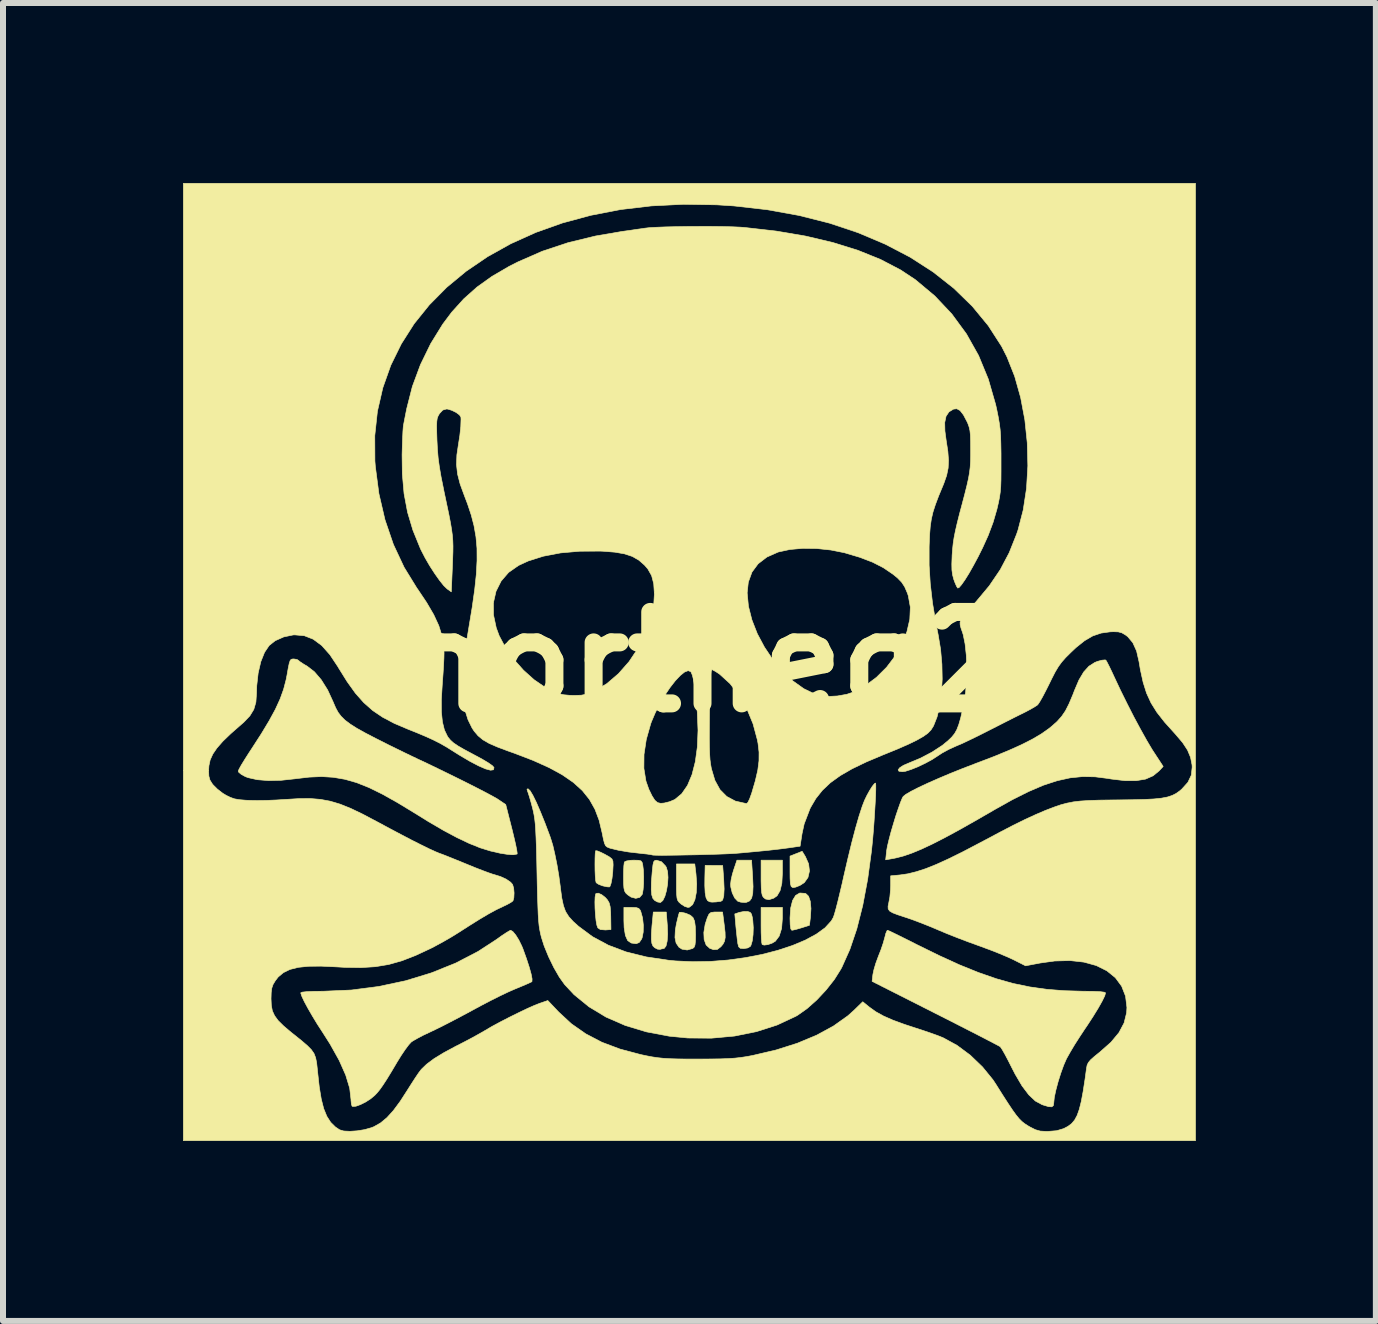
<source format=kicad_pcb>
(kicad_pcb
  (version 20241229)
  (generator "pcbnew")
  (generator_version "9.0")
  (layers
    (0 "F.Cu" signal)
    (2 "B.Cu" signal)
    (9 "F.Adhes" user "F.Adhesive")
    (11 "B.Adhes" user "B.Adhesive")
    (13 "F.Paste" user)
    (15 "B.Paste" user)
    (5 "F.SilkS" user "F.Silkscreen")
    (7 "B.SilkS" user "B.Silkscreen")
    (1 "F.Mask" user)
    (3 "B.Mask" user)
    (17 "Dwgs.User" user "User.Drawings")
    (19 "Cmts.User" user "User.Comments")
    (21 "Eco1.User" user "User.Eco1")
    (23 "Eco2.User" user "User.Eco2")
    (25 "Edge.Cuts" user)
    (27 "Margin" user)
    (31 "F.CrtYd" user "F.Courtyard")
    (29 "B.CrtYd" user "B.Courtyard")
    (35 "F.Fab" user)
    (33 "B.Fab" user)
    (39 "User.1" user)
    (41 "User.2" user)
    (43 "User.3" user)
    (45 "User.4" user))
  (footprint "mortneg2"
    (layer "F.Cu")
    (at 8.438 7.981)
    (property "Reference" "mortneg2" (at 0 0 0) (layer "F.SilkS") (effects (font (size 1.524 1.524) (thickness 0.3))))
    (attr through_hole)
    (fp_poly (pts (xy 1.549 4.268) (xy 1.536 4.439) (xy 1.496 4.567) (xy 1.432 4.652) (xy 1.377 4.685) (xy 1.308 4.709) (xy 1.246 4.717) (xy 1.212 4.708) (xy 1.205 4.677) (xy 1.199 4.606) (xy 1.195 4.506) (xy 1.194 4.39) (xy 1.194 4.089) (xy 1.549 4.089) (xy 1.549 4.268)) (stroke (width 0.01) (type solid)) (fill yes) (layer "F.SilkS"))
    (fp_poly (pts (xy 1.932 3.242) (xy 1.986 3.364) (xy 2 3.483) (xy 1.975 3.591) (xy 1.914 3.676) (xy 1.841 3.723) (xy 1.771 3.751) (xy 1.724 3.759) (xy 1.696 3.742) (xy 1.682 3.692) (xy 1.677 3.604) (xy 1.676 3.496) (xy 1.676 3.234) (xy 1.878 3.154) (xy 1.932 3.242)) (stroke (width 0.01) (type solid)) (fill yes) (layer "F.SilkS"))
    (fp_poly (pts (xy 1.549 3.517) (xy 1.54 3.686) (xy 1.51 3.811) (xy 1.46 3.896) (xy 1.405 3.935) (xy 1.326 3.96) (xy 1.267 3.949) (xy 1.234 3.922) (xy 1.215 3.893) (xy 1.204 3.844) (xy 1.197 3.765) (xy 1.194 3.647) (xy 1.194 3.592) (xy 1.194 3.302) (xy 1.549 3.302) (xy 1.549 3.517)) (stroke (width 0.01) (type solid)) (fill yes) (layer "F.SilkS"))
    (fp_poly (pts (xy 0.554 3.391) (xy 0.571 3.62) (xy 0.578 3.782) (xy 0.572 3.898) (xy 0.553 3.967) (xy 0.524 3.988) (xy 0.476 3.993) (xy 0.445 3.998) (xy 0.376 4.001) (xy 0.339 3.996) (xy 0.302 3.976) (xy 0.277 3.928) (xy 0.262 3.847) (xy 0.256 3.726) (xy 0.257 3.602) (xy 0.262 3.389) (xy 0.554 3.391)) (stroke (width 0.01) (type solid)) (fill yes) (layer "F.SilkS"))
    (fp_poly (pts (xy -0.368 4.395) (xy -0.363 4.536) (xy -0.371 4.651) (xy -0.39 4.732) (xy -0.42 4.772) (xy -0.433 4.775) (xy -0.473 4.783) (xy -0.487 4.788) (xy -0.531 4.785) (xy -0.578 4.761) (xy -0.608 4.732) (xy -0.626 4.689) (xy -0.634 4.624) (xy -0.633 4.528) (xy -0.624 4.393) (xy -0.618 4.337) (xy -0.602 4.166) (xy -0.386 4.166) (xy -0.368 4.395)) (stroke (width 0.01) (type solid)) (fill yes) (layer "F.SilkS"))
    (fp_poly (pts (xy 0.109 3.531) (xy 0.121 3.698) (xy 0.114 3.844) (xy 0.091 3.961) (xy 0.053 4.043) (xy 0.000267 4.085) (xy -0.025 4.089) (xy -0.076 4.074) (xy -0.137 4.035) (xy -0.145 4.028) (xy -0.175 4.001) (xy -0.195 3.973) (xy -0.207 3.934) (xy -0.213 3.874) (xy -0.216 3.783) (xy -0.216 3.666) (xy -0.216 3.365) (xy 0.089 3.365) (xy 0.109 3.531)) (stroke (width 0.01) (type solid)) (fill yes) (layer "F.SilkS"))
    (fp_poly (pts (xy 1.053 3.58) (xy 1.06 3.739) (xy 1.055 3.854) (xy 1.037 3.933) (xy 1.004 3.98) (xy 0.954 4.003) (xy 0.927 4.007) (xy 0.855 4.002) (xy 0.804 3.985) (xy 0.754 3.932) (xy 0.713 3.847) (xy 0.689 3.749) (xy 0.686 3.701) (xy 0.694 3.632) (xy 0.715 3.538) (xy 0.739 3.459) (xy 0.792 3.302) (xy 1.035 3.302) (xy 1.053 3.58)) (stroke (width 0.01) (type solid)) (fill yes) (layer "F.SilkS"))
    (fp_poly (pts (xy 1.925 3.855) (xy 1.939 3.859) (xy 1.985 3.903) (xy 2.014 3.988) (xy 2.025 4.108) (xy 2.016 4.254) (xy 2 4.387) (xy 1.868 4.429) (xy 1.789 4.452) (xy 1.727 4.467) (xy 1.706 4.47) (xy 1.689 4.447) (xy 1.679 4.376) (xy 1.676 4.266) (xy 1.687 4.1) (xy 1.719 3.973) (xy 1.77 3.889) (xy 1.839 3.849) (xy 1.925 3.855)) (stroke (width 0.01) (type solid)) (fill yes) (layer "F.SilkS"))
    (fp_poly (pts (xy -0.887 4.092) (xy -0.844 4.106) (xy -0.819 4.137) (xy -0.81 4.159) (xy -0.781 4.264) (xy -0.768 4.384) (xy -0.77 4.5) (xy -0.788 4.594) (xy -0.798 4.618) (xy -0.837 4.674) (xy -0.888 4.694) (xy -0.967 4.683) (xy -0.972 4.681) (xy -1.029 4.642) (xy -1.067 4.557) (xy -1.088 4.426) (xy -1.092 4.307) (xy -1.092 4.089) (xy -0.965 4.089) (xy -0.887 4.092)) (stroke (width 0.01) (type solid)) (fill yes) (layer "F.SilkS"))
    (fp_poly (pts (xy 0.58 4.382) (xy 0.594 4.504) (xy 0.596 4.59) (xy 0.585 4.652) (xy 0.559 4.702) (xy 0.525 4.743) (xy 0.466 4.789) (xy 0.4 4.793) (xy 0.337 4.77) (xy 0.278 4.715) (xy 0.245 4.624) (xy 0.24 4.507) (xy 0.262 4.371) (xy 0.298 4.261) (xy 0.326 4.201) (xy 0.36 4.173) (xy 0.418 4.166) (xy 0.444 4.166) (xy 0.552 4.166) (xy 0.58 4.382)) (stroke (width 0.01) (type solid)) (fill yes) (layer "F.SilkS"))
    (fp_poly (pts (xy -1.462 3.877) (xy -1.401 3.925) (xy -1.364 3.967) (xy -1.337 4.015) (xy -1.321 4.077) (xy -1.313 4.168) (xy -1.311 4.246) (xy -1.308 4.458) (xy -1.399 4.465) (xy -1.484 4.458) (xy -1.526 4.43) (xy -1.542 4.387) (xy -1.556 4.31) (xy -1.566 4.21) (xy -1.573 4.103) (xy -1.575 4) (xy -1.572 3.917) (xy -1.562 3.866) (xy -1.558 3.859) (xy -1.519 3.852) (xy -1.462 3.877)) (stroke (width 0.01) (type solid)) (fill yes) (layer "F.SilkS"))
    (fp_poly (pts (xy -0.466 3.328) (xy -0.398 3.399) (xy -0.385 3.421) (xy -0.364 3.493) (xy -0.357 3.59) (xy -0.364 3.7) (xy -0.382 3.808) (xy -0.409 3.904) (xy -0.443 3.974) (xy -0.482 4.007) (xy -0.483 4.007) (xy -0.531 3.999) (xy -0.578 3.974) (xy -0.609 3.939) (xy -0.628 3.881) (xy -0.636 3.794) (xy -0.634 3.671) (xy -0.621 3.505) (xy -0.618 3.473) (xy -0.608 3.382) (xy -0.596 3.33) (xy -0.577 3.308) (xy -0.549 3.303) (xy -0.466 3.328)) (stroke (width 0.01) (type solid)) (fill yes) (layer "F.SilkS"))
    (fp_poly (pts (xy 0.972 4.158) (xy 1.011 4.171) (xy 1.034 4.2) (xy 1.049 4.259) (xy 1.056 4.31) (xy 1.064 4.427) (xy 1.06 4.544) (xy 1.047 4.647) (xy 1.025 4.721) (xy 1.014 4.74) (xy 0.969 4.765) (xy 0.903 4.775) (xy 0.902 4.775) (xy 0.847 4.77) (xy 0.82 4.745) (xy 0.805 4.686) (xy 0.805 4.68) (xy 0.795 4.606) (xy 0.784 4.504) (xy 0.773 4.395) (xy 0.773 4.391) (xy 0.756 4.198) (xy 0.831 4.172) (xy 0.908 4.157) (xy 0.972 4.158)) (stroke (width 0.01) (type solid)) (fill yes) (layer "F.SilkS"))
    (fp_poly (pts (xy -0.076 4.183) (xy -0.048 4.192) (xy 0.016 4.22) (xy 0.06 4.259) (xy 0.086 4.319) (xy 0.098 4.41) (xy 0.102 4.542) (xy 0.102 4.547) (xy 0.1 4.651) (xy 0.093 4.715) (xy 0.079 4.752) (xy 0.055 4.773) (xy 0.052 4.774) (xy -0.037 4.799) (xy -0.124 4.785) (xy -0.175 4.752) (xy -0.222 4.683) (xy -0.241 4.591) (xy -0.235 4.468) (xy -0.218 4.369) (xy -0.197 4.278) (xy -0.179 4.208) (xy -0.167 4.172) (xy -0.166 4.171) (xy -0.136 4.17) (xy -0.076 4.183)) (stroke (width 0.01) (type solid)) (fill yes) (layer "F.SilkS"))
    (fp_poly (pts (xy -0.85 3.304) (xy -0.808 3.314) (xy -0.788 3.34) (xy -0.778 3.381) (xy -0.767 3.469) (xy -0.763 3.579) (xy -0.764 3.693) (xy -0.772 3.794) (xy -0.784 3.865) (xy -0.787 3.872) (xy -0.829 3.922) (xy -0.895 3.938) (xy -0.973 3.917) (xy -1.029 3.879) (xy -1.061 3.849) (xy -1.081 3.815) (xy -1.092 3.765) (xy -1.097 3.688) (xy -1.098 3.591) (xy -1.097 3.486) (xy -1.093 3.398) (xy -1.086 3.343) (xy -1.082 3.331) (xy -1.048 3.315) (xy -0.981 3.304) (xy -0.929 3.302) (xy -0.85 3.304)) (stroke (width 0.01) (type solid)) (fill yes) (layer "F.SilkS"))
    (fp_poly (pts (xy -1.533 3.148) (xy -1.475 3.172) (xy -1.409 3.205) (xy -1.333 3.248) (xy -1.291 3.282) (xy -1.275 3.319) (xy -1.272 3.374) (xy -1.272 3.386) (xy -1.278 3.501) (xy -1.29 3.606) (xy -1.306 3.689) (xy -1.324 3.739) (xy -1.333 3.748) (xy -1.373 3.746) (xy -1.437 3.732) (xy -1.448 3.729) (xy -1.512 3.705) (xy -1.553 3.678) (xy -1.555 3.674) (xy -1.563 3.638) (xy -1.569 3.566) (xy -1.573 3.472) (xy -1.574 3.37) (xy -1.573 3.273) (xy -1.57 3.195) (xy -1.564 3.15) (xy -1.561 3.144) (xy -1.533 3.148)) (stroke (width 0.01) (type solid)) (fill yes) (layer "F.SilkS"))
    (fp_poly (pts (xy 3.328 4.481) (xy 3.394 4.512) (xy 3.49 4.559) (xy 3.611 4.619) (xy 3.75 4.689) (xy 3.787 4.708) (xy 4.16 4.891) (xy 4.499 5.046) (xy 4.813 5.173) (xy 5.108 5.276) (xy 5.391 5.356) (xy 5.671 5.414) (xy 5.953 5.454) (xy 6.245 5.477) (xy 6.555 5.486) (xy 6.572 5.486) (xy 6.729 5.488) (xy 6.844 5.493) (xy 6.913 5.502) (xy 6.934 5.513) (xy 6.92 5.563) (xy 6.878 5.649) (xy 6.813 5.765) (xy 6.727 5.905) (xy 6.624 6.063) (xy 6.587 6.117) (xy 6.502 6.246) (xy 6.418 6.377) (xy 6.346 6.498) (xy 6.292 6.594) (xy 6.283 6.61) (xy 6.236 6.718) (xy 6.188 6.851) (xy 6.143 6.994) (xy 6.106 7.133) (xy 6.08 7.254) (xy 6.071 7.342) (xy 6.071 7.344) (xy 6.064 7.391) (xy 6.038 7.412) (xy 5.985 7.409) (xy 5.895 7.382) (xy 5.875 7.375) (xy 5.764 7.315) (xy 5.654 7.211) (xy 5.542 7.063) (xy 5.427 6.867) (xy 5.369 6.754) (xy 5.31 6.637) (xy 5.256 6.535) (xy 5.212 6.458) (xy 5.183 6.415) (xy 5.179 6.41) (xy 5.149 6.393) (xy 5.079 6.356) (xy 4.973 6.301) (xy 4.836 6.23) (xy 4.672 6.146) (xy 4.486 6.051) (xy 4.282 5.947) (xy 4.094 5.852) (xy 3.044 5.321) (xy 3.057 5.207) (xy 3.074 5.127) (xy 3.105 5.022) (xy 3.145 4.913) (xy 3.149 4.902) (xy 3.192 4.793) (xy 3.229 4.684) (xy 3.253 4.597) (xy 3.255 4.591) (xy 3.273 4.521) (xy 3.292 4.478) (xy 3.3 4.47) (xy 3.328 4.481)) (stroke (width 0.01) (type solid)) (fill yes) (layer "F.SilkS"))
    (fp_poly (pts (xy -2.942 4.492) (xy -2.894 4.55) (xy -2.842 4.634) (xy -2.794 4.732) (xy -2.776 4.775) (xy -2.717 4.939) (xy -2.67 5.083) (xy -2.638 5.198) (xy -2.622 5.281) (xy -2.624 5.324) (xy -2.627 5.328) (xy -2.661 5.344) (xy -2.73 5.375) (xy -2.825 5.415) (xy -2.908 5.449) (xy -3.013 5.495) (xy -3.15 5.56) (xy -3.306 5.638) (xy -3.469 5.723) (xy -3.619 5.804) (xy -3.777 5.889) (xy -3.938 5.974) (xy -4.091 6.053) (xy -4.222 6.118) (xy -4.318 6.164) (xy -4.429 6.216) (xy -4.53 6.269) (xy -4.607 6.313) (xy -4.636 6.333) (xy -4.678 6.379) (xy -4.737 6.458) (xy -4.805 6.559) (xy -4.874 6.671) (xy -4.97 6.833) (xy -5.046 6.957) (xy -5.108 7.052) (xy -5.159 7.124) (xy -5.205 7.18) (xy -5.242 7.219) (xy -5.312 7.278) (xy -5.396 7.332) (xy -5.482 7.375) (xy -5.557 7.402) (xy -5.61 7.406) (xy -5.622 7.4) (xy -5.633 7.365) (xy -5.639 7.303) (xy -5.639 7.292) (xy -5.661 7.102) (xy -5.727 6.884) (xy -5.835 6.64) (xy -5.986 6.369) (xy -6.111 6.172) (xy -6.2 6.035) (xy -6.283 5.898) (xy -6.357 5.77) (xy -6.417 5.659) (xy -6.458 5.572) (xy -6.476 5.518) (xy -6.477 5.512) (xy -6.452 5.501) (xy -6.379 5.493) (xy -6.262 5.488) (xy -6.103 5.486) (xy -6.097 5.486) (xy -5.636 5.466) (xy -5.179 5.407) (xy -4.732 5.312) (xy -4.303 5.181) (xy -3.897 5.018) (xy -3.522 4.823) (xy -3.219 4.626) (xy -3.128 4.561) (xy -3.051 4.51) (xy -2.997 4.478) (xy -2.979 4.47) (xy -2.942 4.492)) (stroke (width 0.01) (type solid)) (fill yes) (layer "F.SilkS"))
    (fp_poly (pts (xy 6.939 -0.031) (xy 6.957 -0.001) (xy 6.991 0.065) (xy 7.036 0.158) (xy 7.081 0.255) (xy 7.184 0.474) (xy 7.295 0.698) (xy 7.407 0.918) (xy 7.518 1.124) (xy 7.62 1.307) (xy 7.709 1.457) (xy 7.744 1.511) (xy 7.894 1.74) (xy 7.827 1.813) (xy 7.726 1.896) (xy 7.601 1.951) (xy 7.446 1.977) (xy 7.257 1.977) (xy 7.03 1.95) (xy 6.972 1.94) (xy 6.76 1.913) (xy 6.553 1.909) (xy 6.344 1.93) (xy 6.127 1.978) (xy 5.898 2.053) (xy 5.65 2.159) (xy 5.377 2.296) (xy 5.073 2.466) (xy 5.055 2.477) (xy 4.748 2.654) (xy 4.48 2.805) (xy 4.247 2.931) (xy 4.043 3.035) (xy 3.866 3.118) (xy 3.711 3.182) (xy 3.574 3.23) (xy 3.452 3.262) (xy 3.405 3.272) (xy 3.27 3.296) (xy 3.286 3.144) (xy 3.299 3.07) (xy 3.324 2.965) (xy 3.357 2.839) (xy 3.397 2.703) (xy 3.438 2.567) (xy 3.48 2.443) (xy 3.517 2.339) (xy 3.547 2.267) (xy 3.562 2.241) (xy 3.608 2.204) (xy 3.696 2.153) (xy 3.82 2.09) (xy 3.974 2.018) (xy 4.151 1.94) (xy 4.345 1.858) (xy 4.552 1.775) (xy 4.763 1.694) (xy 4.775 1.689) (xy 5.07 1.577) (xy 5.32 1.474) (xy 5.531 1.379) (xy 5.709 1.289) (xy 5.859 1.201) (xy 5.986 1.112) (xy 6.031 1.076) (xy 6.126 0.992) (xy 6.201 0.908) (xy 6.266 0.813) (xy 6.326 0.695) (xy 6.39 0.543) (xy 6.415 0.477) (xy 6.491 0.299) (xy 6.57 0.166) (xy 6.656 0.071) (xy 6.754 0.008) (xy 6.799 -0.01) (xy 6.872 -0.03) (xy 6.925 -0.035) (xy 6.939 -0.031)) (stroke (width 0.01) (type solid)) (fill yes) (layer "F.SilkS"))
    (fp_poly (pts (xy -6.539 -0.042) (xy -6.517 -0.028) (xy -6.488 -0.004) (xy -6.429 0.035) (xy -6.368 0.071) (xy -6.25 0.162) (xy -6.135 0.296) (xy -6.028 0.467) (xy -5.936 0.667) (xy -5.93 0.682) (xy -5.894 0.765) (xy -5.854 0.839) (xy -5.804 0.905) (xy -5.739 0.969) (xy -5.653 1.034) (xy -5.543 1.104) (xy -5.401 1.183) (xy -5.224 1.275) (xy -5.01 1.383) (xy -4.877 1.448) (xy -4.746 1.512) (xy -4.63 1.568) (xy -4.543 1.609) (xy -4.534 1.614) (xy -4.373 1.689) (xy -4.199 1.773) (xy -4.018 1.861) (xy -3.837 1.95) (xy -3.665 2.036) (xy -3.508 2.116) (xy -3.373 2.186) (xy -3.268 2.243) (xy -3.199 2.282) (xy -3.188 2.29) (xy -3.061 2.375) (xy -2.956 2.788) (xy -2.923 2.924) (xy -2.896 3.041) (xy -2.878 3.131) (xy -2.87 3.187) (xy -2.872 3.2) (xy -2.912 3.207) (xy -2.925 3.211) (xy -2.965 3.211) (xy -3.04 3.204) (xy -3.135 3.189) (xy -3.15 3.187) (xy -3.316 3.149) (xy -3.487 3.096) (xy -3.671 3.022) (xy -3.871 2.927) (xy -4.094 2.808) (xy -4.346 2.661) (xy -4.588 2.511) (xy -4.868 2.341) (xy -5.116 2.202) (xy -5.34 2.092) (xy -5.546 2.01) (xy -5.742 1.954) (xy -5.934 1.921) (xy -6.129 1.909) (xy -6.335 1.918) (xy -6.557 1.944) (xy -6.571 1.946) (xy -6.802 1.971) (xy -7.015 1.976) (xy -7.201 1.961) (xy -7.353 1.927) (xy -7.399 1.91) (xy -7.467 1.873) (xy -7.51 1.837) (xy -7.518 1.819) (xy -7.505 1.786) (xy -7.468 1.719) (xy -7.411 1.626) (xy -7.341 1.516) (xy -7.293 1.443) (xy -7.133 1.195) (xy -7.003 0.979) (xy -6.899 0.788) (xy -6.82 0.615) (xy -6.762 0.454) (xy -6.721 0.297) (xy -6.706 0.221) (xy -6.685 0.101) (xy -6.669 0.024) (xy -6.654 -0.022) (xy -6.637 -0.044) (xy -6.613 -0.05) (xy -6.592 -0.051) (xy -6.539 -0.042)) (stroke (width 0.01) (type solid)) (fill yes) (layer "F.SilkS"))
    (fp_poly (pts (xy 3.105 2.047) (xy 3.105 2.119) (xy 3.102 2.226) (xy 3.095 2.358) (xy 3.086 2.507) (xy 3.076 2.666) (xy 3.064 2.825) (xy 3.051 2.977) (xy 3.037 3.114) (xy 3.035 3.137) (xy 2.97 3.619) (xy 2.888 4.055) (xy 2.789 4.446) (xy 2.673 4.789) (xy 2.541 5.084) (xy 2.523 5.118) (xy 2.415 5.29) (xy 2.278 5.464) (xy 2.123 5.63) (xy 1.961 5.774) (xy 1.804 5.885) (xy 1.773 5.903) (xy 1.46 6.049) (xy 1.117 6.159) (xy 0.749 6.233) (xy 0.365 6.268) (xy -0.029 6.265) (xy -0.335 6.235) (xy -0.716 6.163) (xy -1.068 6.057) (xy -1.389 5.917) (xy -1.674 5.745) (xy -1.923 5.542) (xy -2.078 5.376) (xy -2.168 5.25) (xy -2.26 5.09) (xy -2.347 4.911) (xy -2.421 4.73) (xy -2.467 4.585) (xy -2.482 4.524) (xy -2.494 4.463) (xy -2.505 4.394) (xy -2.513 4.311) (xy -2.52 4.208) (xy -2.525 4.078) (xy -2.531 3.915) (xy -2.536 3.712) (xy -2.54 3.518) (xy -2.545 3.279) (xy -2.55 3.084) (xy -2.556 2.927) (xy -2.562 2.801) (xy -2.569 2.7) (xy -2.578 2.618) (xy -2.589 2.548) (xy -2.602 2.484) (xy -2.613 2.438) (xy -2.641 2.333) (xy -2.668 2.24) (xy -2.689 2.175) (xy -2.694 2.163) (xy -2.707 2.12) (xy -2.692 2.113) (xy -2.687 2.114) (xy -2.654 2.146) (xy -2.608 2.223) (xy -2.55 2.341) (xy -2.483 2.496) (xy -2.407 2.684) (xy -2.325 2.902) (xy -2.31 2.946) (xy -2.276 3.057) (xy -2.242 3.205) (xy -2.207 3.378) (xy -2.176 3.563) (xy -2.151 3.748) (xy -2.149 3.768) (xy -2.127 3.933) (xy -2.1 4.059) (xy -2.064 4.158) (xy -2.011 4.242) (xy -1.937 4.324) (xy -1.848 4.404) (xy -1.615 4.577) (xy -1.351 4.719) (xy -1.054 4.831) (xy -0.719 4.914) (xy -0.345 4.97) (xy -0.231 4.981) (xy 0.057 4.994) (xy 0.35 4.989) (xy 0.644 4.966) (xy 0.933 4.926) (xy 1.212 4.872) (xy 1.474 4.804) (xy 1.716 4.724) (xy 1.931 4.634) (xy 2.114 4.535) (xy 2.26 4.429) (xy 2.363 4.316) (xy 2.397 4.258) (xy 2.414 4.209) (xy 2.44 4.118) (xy 2.472 3.995) (xy 2.508 3.846) (xy 2.547 3.682) (xy 2.566 3.595) (xy 2.637 3.289) (xy 2.704 3.013) (xy 2.768 2.77) (xy 2.827 2.565) (xy 2.88 2.403) (xy 2.918 2.305) (xy 2.958 2.222) (xy 3.003 2.141) (xy 3.046 2.073) (xy 3.082 2.028) (xy 3.101 2.017) (xy 3.105 2.047)) (stroke (width 0.01) (type solid)) (fill yes) (layer "F.SilkS"))
    (fp_poly (pts (xy 0.364 -7.258) (xy 0.548 -7.256) (xy 0.712 -7.252) (xy 0.847 -7.246) (xy 0.914 -7.241) (xy 1.443 -7.181) (xy 1.937 -7.097) (xy 2.393 -6.989) (xy 2.81 -6.859) (xy 3.186 -6.707) (xy 3.519 -6.533) (xy 3.764 -6.371) (xy 4.088 -6.1) (xy 4.372 -5.799) (xy 4.615 -5.468) (xy 4.818 -5.107) (xy 4.98 -4.714) (xy 5.102 -4.291) (xy 5.122 -4.201) (xy 5.146 -4.081) (xy 5.164 -3.976) (xy 5.177 -3.876) (xy 5.185 -3.768) (xy 5.189 -3.64) (xy 5.192 -3.482) (xy 5.192 -3.353) (xy 5.192 -3.173) (xy 5.191 -3.033) (xy 5.187 -2.922) (xy 5.179 -2.83) (xy 5.167 -2.746) (xy 5.15 -2.66) (xy 5.127 -2.56) (xy 5.122 -2.54) (xy 5.06 -2.327) (xy 4.978 -2.109) (xy 4.887 -1.908) (xy 4.81 -1.753) (xy 4.732 -1.608) (xy 4.658 -1.477) (xy 4.59 -1.368) (xy 4.533 -1.287) (xy 4.492 -1.24) (xy 4.47 -1.232) (xy 4.451 -1.262) (xy 4.424 -1.324) (xy 4.405 -1.376) (xy 4.385 -1.451) (xy 4.374 -1.532) (xy 4.372 -1.632) (xy 4.377 -1.767) (xy 4.377 -1.776) (xy 4.385 -1.881) (xy 4.395 -1.977) (xy 4.41 -2.075) (xy 4.432 -2.185) (xy 4.462 -2.315) (xy 4.503 -2.478) (xy 4.54 -2.616) (xy 4.588 -2.798) (xy 4.624 -2.942) (xy 4.65 -3.058) (xy 4.667 -3.155) (xy 4.678 -3.246) (xy 4.684 -3.339) (xy 4.686 -3.446) (xy 4.686 -3.531) (xy 4.685 -3.675) (xy 4.682 -3.779) (xy 4.674 -3.856) (xy 4.66 -3.917) (xy 4.64 -3.973) (xy 4.628 -4) (xy 4.566 -4.118) (xy 4.51 -4.19) (xy 4.455 -4.22) (xy 4.4 -4.214) (xy 4.325 -4.168) (xy 4.276 -4.095) (xy 4.254 -3.99) (xy 4.257 -3.849) (xy 4.278 -3.693) (xy 4.306 -3.51) (xy 4.317 -3.361) (xy 4.311 -3.232) (xy 4.286 -3.11) (xy 4.241 -2.981) (xy 4.227 -2.946) (xy 4.153 -2.768) (xy 4.098 -2.622) (xy 4.058 -2.498) (xy 4.031 -2.381) (xy 4.013 -2.259) (xy 4.002 -2.12) (xy 3.995 -1.951) (xy 3.994 -1.918) (xy 3.994 -1.613) (xy 4.013 -1.304) (xy 4.051 -0.978) (xy 4.111 -0.625) (xy 4.144 -0.457) (xy 4.185 -0.211) (xy 4.207 0.038) (xy 4.212 0.284) (xy 4.199 0.517) (xy 4.171 0.731) (xy 4.126 0.916) (xy 4.067 1.065) (xy 4.025 1.132) (xy 3.976 1.183) (xy 3.901 1.238) (xy 3.796 1.298) (xy 3.657 1.366) (xy 3.478 1.445) (xy 3.255 1.536) (xy 3.227 1.547) (xy 2.945 1.666) (xy 2.707 1.781) (xy 2.51 1.895) (xy 2.347 2.013) (xy 2.215 2.138) (xy 2.107 2.274) (xy 2.018 2.425) (xy 2.007 2.449) (xy 1.912 2.697) (xy 1.876 2.862) (xy 1.844 3.069) (xy 1.652 3.097) (xy 1.497 3.117) (xy 1.304 3.139) (xy 1.087 3.16) (xy 0.86 3.181) (xy 0.775 3.188) (xy 0.696 3.193) (xy 0.584 3.198) (xy 0.447 3.203) (xy 0.293 3.207) (xy 0.129 3.212) (xy -0.036 3.215) (xy -0.194 3.218) (xy -0.338 3.22) (xy -0.459 3.221) (xy -0.55 3.22) (xy -0.602 3.218) (xy -0.611 3.217) (xy -0.64 3.21) (xy -0.706 3.2) (xy -0.796 3.191) (xy -0.811 3.189) (xy -1.011 3.166) (xy -1.186 3.136) (xy -1.324 3.102) (xy -1.335 3.098) (xy -1.371 3.083) (xy -1.397 3.061) (xy -1.416 3.02) (xy -1.434 2.95) (xy -1.456 2.841) (xy -1.456 2.841) (xy -1.505 2.636) (xy -1.574 2.454) (xy -1.666 2.29) (xy -1.785 2.142) (xy -1.934 2.007) (xy -2.118 1.88) (xy -2.313 1.773) (xy -0.759 1.773) (xy -0.725 1.983) (xy -0.677 2.12) (xy -0.622 2.233) (xy -0.576 2.304) (xy -0.531 2.343) (xy -0.479 2.355) (xy -0.42 2.35) (xy -0.331 2.328) (xy -0.25 2.294) (xy -0.242 2.29) (xy -0.128 2.195) (xy -0.032 2.056) (xy 0.043 1.877) (xy 0.098 1.662) (xy 0.132 1.414) (xy 0.138 1.27) (xy 0.331 1.27) (xy 0.333 1.418) (xy 0.337 1.535) (xy 0.343 1.628) (xy 0.353 1.705) (xy 0.365 1.773) (xy 0.365 1.774) (xy 0.424 1.972) (xy 0.509 2.127) (xy 0.622 2.241) (xy 0.766 2.318) (xy 0.943 2.358) (xy 0.954 2.359) (xy 0.975 2.338) (xy 1.003 2.281) (xy 1.033 2.198) (xy 1.036 2.191) (xy 1.098 1.98) (xy 1.139 1.803) (xy 1.159 1.647) (xy 1.16 1.502) (xy 1.143 1.355) (xy 1.131 1.294) (xy 1.06 1.03) (xy 0.957 0.78) (xy 0.827 0.555) (xy 0.677 0.361) (xy 0.509 0.208) (xy 0.498 0.199) (xy 0.434 0.157) (xy 0.385 0.131) (xy 0.371 0.127) (xy 0.362 0.147) (xy 0.354 0.208) (xy 0.347 0.312) (xy 0.341 0.462) (xy 0.337 0.658) (xy 0.334 0.857) (xy 0.332 1.086) (xy 0.331 1.27) (xy 0.138 1.27) (xy 0.143 1.138) (xy 0.131 0.837) (xy 0.128 0.807) (xy 0.109 0.595) (xy 0.089 0.428) (xy 0.07 0.305) (xy 0.049 0.22) (xy 0.027 0.168) (xy 0.022 0.161) (xy -0.021 0.144) (xy -0.081 0.167) (xy -0.154 0.226) (xy -0.236 0.313) (xy -0.323 0.425) (xy -0.41 0.554) (xy -0.494 0.696) (xy -0.569 0.845) (xy -0.633 0.995) (xy -0.646 1.031) (xy -0.719 1.29) (xy -0.757 1.54) (xy -0.759 1.773) (xy -2.313 1.773) (xy -2.34 1.759) (xy -2.604 1.64) (xy -2.914 1.521) (xy -3.022 1.483) (xy -3.2 1.416) (xy -3.338 1.356) (xy -3.443 1.295) (xy -3.523 1.228) (xy -3.588 1.151) (xy -3.622 1.099) (xy -3.689 0.963) (xy -3.738 0.808) (xy -3.769 0.63) (xy -3.78 0.425) (xy -3.773 0.189) (xy -3.748 -0.084) (xy -3.705 -0.397) (xy -3.674 -0.584) (xy -3.619 -0.917) (xy -3.609 -0.989) (xy -3.266 -0.989) (xy -3.265 -0.785) (xy -3.219 -0.569) (xy -3.17 -0.437) (xy -3.066 -0.241) (xy -2.928 -0.046) (xy -2.765 0.137) (xy -2.589 0.295) (xy -2.411 0.417) (xy -2.387 0.43) (xy -2.272 0.489) (xy -2.181 0.526) (xy -2.095 0.546) (xy -1.996 0.555) (xy -1.918 0.557) (xy -1.802 0.553) (xy -1.709 0.535) (xy -1.61 0.497) (xy -1.585 0.486) (xy -1.377 0.361) (xy -1.182 0.194) (xy -1.006 -0.006) (xy -0.855 -0.232) (xy -0.732 -0.475) (xy -0.643 -0.727) (xy -0.593 -0.981) (xy -0.584 -1.135) (xy -0.585 -1.152) (xy 0.962 -1.152) (xy 0.983 -0.93) (xy 1.041 -0.701) (xy 1.131 -0.471) (xy 1.25 -0.248) (xy 1.392 -0.037) (xy 1.552 0.153) (xy 1.725 0.316) (xy 1.906 0.445) (xy 2.091 0.534) (xy 2.172 0.558) (xy 2.309 0.574) (xy 2.467 0.566) (xy 2.623 0.538) (xy 2.723 0.504) (xy 2.929 0.396) (xy 3.117 0.255) (xy 3.285 0.088) (xy 3.427 -0.099) (xy 3.541 -0.298) (xy 3.624 -0.505) (xy 3.672 -0.712) (xy 3.681 -0.914) (xy 3.647 -1.103) (xy 3.632 -1.148) (xy 3.587 -1.252) (xy 3.536 -1.33) (xy 3.466 -1.402) (xy 3.391 -1.463) (xy 3.232 -1.571) (xy 3.052 -1.663) (xy 2.841 -1.744) (xy 2.589 -1.819) (xy 2.582 -1.821) (xy 2.357 -1.866) (xy 2.121 -1.891) (xy 1.889 -1.894) (xy 1.674 -1.875) (xy 1.49 -1.835) (xy 1.478 -1.832) (xy 1.291 -1.749) (xy 1.145 -1.637) (xy 1.042 -1.498) (xy 0.981 -1.33) (xy 0.962 -1.152) (xy -0.585 -1.152) (xy -0.595 -1.304) (xy -0.63 -1.439) (xy -0.694 -1.552) (xy -0.749 -1.615) (xy -0.843 -1.697) (xy -0.951 -1.759) (xy -1.081 -1.802) (xy -1.241 -1.83) (xy -1.441 -1.846) (xy -1.486 -1.848) (xy -1.828 -1.846) (xy -2.146 -1.818) (xy -2.434 -1.763) (xy -2.687 -1.683) (xy -2.847 -1.609) (xy -3.013 -1.493) (xy -3.138 -1.348) (xy -3.223 -1.178) (xy -3.266 -0.989) (xy -3.609 -0.989) (xy -3.578 -1.208) (xy -3.551 -1.464) (xy -3.539 -1.691) (xy -3.54 -1.896) (xy -3.557 -2.086) (xy -3.589 -2.269) (xy -3.636 -2.45) (xy -3.698 -2.636) (xy -3.75 -2.772) (xy -3.821 -2.966) (xy -3.864 -3.133) (xy -3.881 -3.289) (xy -3.875 -3.451) (xy -3.852 -3.607) (xy -3.826 -3.773) (xy -3.81 -3.924) (xy -3.806 -4.047) (xy -3.808 -4.081) (xy -3.832 -4.117) (xy -3.887 -4.158) (xy -3.958 -4.193) (xy -4.026 -4.214) (xy -4.048 -4.216) (xy -4.11 -4.198) (xy -4.165 -4.139) (xy -4.168 -4.134) (xy -4.189 -4.097) (xy -4.203 -4.058) (xy -4.21 -4.006) (xy -4.213 -3.933) (xy -4.211 -3.827) (xy -4.207 -3.696) (xy -4.199 -3.542) (xy -4.187 -3.399) (xy -4.167 -3.253) (xy -4.139 -3.088) (xy -4.099 -2.891) (xy -4.09 -2.845) (xy -4.045 -2.631) (xy -4.009 -2.46) (xy -3.982 -2.321) (xy -3.963 -2.207) (xy -3.95 -2.11) (xy -3.943 -2.021) (xy -3.94 -1.932) (xy -3.941 -1.835) (xy -3.945 -1.721) (xy -3.949 -1.611) (xy -3.968 -1.169) (xy -4.038 -1.219) (xy -4.093 -1.272) (xy -4.164 -1.361) (xy -4.244 -1.474) (xy -4.327 -1.602) (xy -4.404 -1.735) (xy -4.469 -1.861) (xy -4.483 -1.89) (xy -4.607 -2.195) (xy -4.697 -2.496) (xy -4.755 -2.805) (xy -4.784 -3.136) (xy -4.788 -3.454) (xy -4.784 -3.601) (xy -4.779 -3.735) (xy -4.774 -3.846) (xy -4.768 -3.923) (xy -4.764 -3.95) (xy -4.752 -4.012) (xy -4.734 -4.105) (xy -4.713 -4.21) (xy -4.71 -4.225) (xy -4.617 -4.59) (xy -4.482 -4.954) (xy -4.311 -5.305) (xy -4.111 -5.629) (xy -3.961 -5.829) (xy -3.76 -6.051) (xy -3.54 -6.247) (xy -3.291 -6.425) (xy -3.005 -6.592) (xy -2.857 -6.667) (xy -2.453 -6.844) (xy -2.023 -6.987) (xy -1.562 -7.099) (xy -1.118 -7.175) (xy -0.993 -7.192) (xy -0.881 -7.209) (xy -0.793 -7.221) (xy -0.749 -7.228) (xy -0.672 -7.237) (xy -0.552 -7.244) (xy -0.399 -7.25) (xy -0.222 -7.254) (xy -0.03 -7.257) (xy 0.168 -7.258) (xy 0.364 -7.258)) (stroke (width 0.01) (type solid)) (fill yes) (layer "F.SilkS"))
    (fp_poly (pts (xy 8.433 7.976) (xy -8.433 7.976) (xy -8.433 1.808) (xy -8.012 1.808) (xy -8.008 1.901) (xy -7.99 1.967) (xy -7.95 2.031) (xy -7.935 2.049) (xy -7.867 2.117) (xy -7.778 2.186) (xy -7.721 2.221) (xy -7.649 2.256) (xy -7.581 2.28) (xy -7.502 2.294) (xy -7.396 2.303) (xy -7.329 2.306) (xy -7.202 2.308) (xy -7.045 2.306) (xy -6.877 2.299) (xy -6.718 2.289) (xy -6.715 2.289) (xy -6.503 2.276) (xy -6.318 2.275) (xy -6.149 2.289) (xy -5.987 2.319) (xy -5.822 2.368) (xy -5.645 2.439) (xy -5.447 2.534) (xy -5.216 2.656) (xy -5.197 2.666) (xy -5 2.772) (xy -4.809 2.873) (xy -4.632 2.966) (xy -4.473 3.046) (xy -4.339 3.112) (xy -4.236 3.159) (xy -4.171 3.186) (xy -4.166 3.188) (xy -4.121 3.204) (xy -4.039 3.236) (xy -3.93 3.28) (xy -3.802 3.332) (xy -3.721 3.365) (xy -3.585 3.421) (xy -3.459 3.47) (xy -3.352 3.51) (xy -3.277 3.536) (xy -3.251 3.543) (xy -3.148 3.575) (xy -3.051 3.62) (xy -2.978 3.671) (xy -2.947 3.707) (xy -2.929 3.768) (xy -2.922 3.849) (xy -2.926 3.928) (xy -2.94 3.979) (xy -2.972 4.004) (xy -3.036 4.04) (xy -3.111 4.076) (xy -3.218 4.127) (xy -3.345 4.196) (xy -3.499 4.287) (xy -3.684 4.403) (xy -3.852 4.511) (xy -3.97 4.584) (xy -4.111 4.665) (xy -4.251 4.741) (xy -4.309 4.771) (xy -4.562 4.889) (xy -4.791 4.978) (xy -5.011 5.04) (xy -5.234 5.077) (xy -5.473 5.092) (xy -5.741 5.088) (xy -5.881 5.08) (xy -6.136 5.068) (xy -6.347 5.07) (xy -6.519 5.088) (xy -6.657 5.123) (xy -6.766 5.176) (xy -6.852 5.248) (xy -6.9 5.31) (xy -6.938 5.373) (xy -6.959 5.434) (xy -6.969 5.509) (xy -6.972 5.612) (xy -6.967 5.721) (xy -6.95 5.812) (xy -6.913 5.893) (xy -6.853 5.975) (xy -6.763 6.064) (xy -6.638 6.17) (xy -6.587 6.21) (xy -6.459 6.313) (xy -6.366 6.393) (xy -6.3 6.46) (xy -6.256 6.523) (xy -6.229 6.593) (xy -6.212 6.677) (xy -6.2 6.787) (xy -6.195 6.837) (xy -6.168 7.082) (xy -6.135 7.282) (xy -6.094 7.443) (xy -6.042 7.57) (xy -5.978 7.67) (xy -5.899 7.748) (xy -5.829 7.795) (xy -5.76 7.815) (xy -5.657 7.82) (xy -5.537 7.812) (xy -5.413 7.792) (xy -5.3 7.76) (xy -5.257 7.743) (xy -5.146 7.68) (xy -5.04 7.592) (xy -4.933 7.474) (xy -4.819 7.32) (xy -4.712 7.154) (xy -4.639 7.039) (xy -4.57 6.932) (xy -4.512 6.846) (xy -4.471 6.792) (xy -4.468 6.788) (xy -4.379 6.702) (xy -4.256 6.61) (xy -4.094 6.511) (xy -3.888 6.4) (xy -3.861 6.387) (xy -3.731 6.32) (xy -3.599 6.25) (xy -3.483 6.185) (xy -3.405 6.14) (xy -3.291 6.073) (xy -3.152 5.998) (xy -2.999 5.919) (xy -2.845 5.843) (xy -2.701 5.774) (xy -2.579 5.72) (xy -2.497 5.688) (xy -2.36 5.641) (xy -2.18 5.831) (xy -1.966 6.029) (xy -1.727 6.196) (xy -1.459 6.336) (xy -1.156 6.45) (xy -0.813 6.541) (xy -0.725 6.56) (xy -0.626 6.579) (xy -0.533 6.593) (xy -0.438 6.603) (xy -0.329 6.61) (xy -0.198 6.614) (xy -0.035 6.616) (xy 0.152 6.616) (xy 0.354 6.615) (xy 0.515 6.613) (xy 0.645 6.608) (xy 0.755 6.601) (xy 0.854 6.59) (xy 0.953 6.575) (xy 1.054 6.556) (xy 1.443 6.465) (xy 1.799 6.352) (xy 2.12 6.218) (xy 2.401 6.065) (xy 2.64 5.895) (xy 2.746 5.8) (xy 2.888 5.661) (xy 3 5.752) (xy 3.106 5.828) (xy 3.234 5.899) (xy 3.391 5.968) (xy 3.585 6.039) (xy 3.75 6.093) (xy 3.888 6.138) (xy 4.023 6.184) (xy 4.14 6.226) (xy 4.224 6.26) (xy 4.229 6.262) (xy 4.458 6.387) (xy 4.679 6.551) (xy 4.883 6.747) (xy 5.058 6.962) (xy 5.108 7.038) (xy 5.22 7.216) (xy 5.311 7.357) (xy 5.383 7.465) (xy 5.443 7.548) (xy 5.494 7.61) (xy 5.541 7.657) (xy 5.588 7.694) (xy 5.641 7.728) (xy 5.677 7.749) (xy 5.764 7.793) (xy 5.845 7.816) (xy 5.947 7.822) (xy 5.969 7.822) (xy 6.119 7.81) (xy 6.236 7.775) (xy 6.308 7.737) (xy 6.368 7.692) (xy 6.418 7.633) (xy 6.46 7.556) (xy 6.496 7.455) (xy 6.529 7.324) (xy 6.56 7.158) (xy 6.592 6.951) (xy 6.617 6.767) (xy 6.627 6.717) (xy 6.647 6.675) (xy 6.684 6.63) (xy 6.747 6.574) (xy 6.842 6.497) (xy 6.843 6.496) (xy 7.024 6.336) (xy 7.157 6.176) (xy 7.243 6.014) (xy 7.285 5.844) (xy 7.29 5.757) (xy 7.267 5.568) (xy 7.202 5.402) (xy 7.097 5.26) (xy 6.955 5.145) (xy 6.78 5.058) (xy 6.574 5.001) (xy 6.341 4.975) (xy 6.084 4.982) (xy 5.842 5.016) (xy 5.601 5.062) (xy 5.397 4.959) (xy 5.299 4.914) (xy 5.166 4.858) (xy 5.016 4.799) (xy 4.863 4.742) (xy 4.813 4.724) (xy 4.65 4.665) (xy 4.471 4.597) (xy 4.299 4.529) (xy 4.151 4.467) (xy 4.128 4.457) (xy 3.987 4.398) (xy 3.837 4.339) (xy 3.698 4.287) (xy 3.6 4.254) (xy 3.472 4.212) (xy 3.386 4.179) (xy 3.335 4.149) (xy 3.312 4.114) (xy 3.31 4.07) (xy 3.322 4.01) (xy 3.323 4.006) (xy 3.34 3.914) (xy 3.35 3.801) (xy 3.353 3.726) (xy 3.353 3.563) (xy 3.512 3.548) (xy 3.642 3.529) (xy 3.782 3.494) (xy 3.939 3.443) (xy 4.116 3.372) (xy 4.318 3.28) (xy 4.551 3.165) (xy 4.82 3.024) (xy 4.915 2.974) (xy 5.174 2.836) (xy 5.397 2.72) (xy 5.592 2.624) (xy 5.766 2.544) (xy 5.927 2.475) (xy 5.966 2.46) (xy 6.084 2.415) (xy 6.189 2.379) (xy 6.29 2.352) (xy 6.396 2.331) (xy 6.514 2.317) (xy 6.654 2.308) (xy 6.824 2.302) (xy 7.032 2.299) (xy 7.15 2.298) (xy 7.389 2.295) (xy 7.584 2.29) (xy 7.74 2.282) (xy 7.865 2.269) (xy 7.964 2.25) (xy 8.043 2.224) (xy 8.109 2.191) (xy 8.168 2.149) (xy 8.203 2.119) (xy 8.306 2.005) (xy 8.363 1.885) (xy 8.377 1.752) (xy 8.375 1.714) (xy 8.35 1.588) (xy 8.3 1.468) (xy 8.218 1.343) (xy 8.099 1.203) (xy 8.081 1.183) (xy 7.918 1.002) (xy 7.79 0.839) (xy 7.692 0.682) (xy 7.617 0.519) (xy 7.56 0.338) (xy 7.514 0.128) (xy 7.492 -0.004) (xy 7.451 -0.183) (xy 7.389 -0.32) (xy 7.304 -0.422) (xy 7.264 -0.452) (xy 7.206 -0.486) (xy 7.147 -0.502) (xy 7.067 -0.505) (xy 7.01 -0.503) (xy 6.86 -0.482) (xy 6.721 -0.435) (xy 6.584 -0.355) (xy 6.439 -0.239) (xy 6.358 -0.162) (xy 6.27 -0.075) (xy 6.204 -0.000275) (xy 6.149 0.075) (xy 6.096 0.163) (xy 6.037 0.278) (xy 5.999 0.356) (xy 5.939 0.476) (xy 5.884 0.581) (xy 5.837 0.663) (xy 5.805 0.71) (xy 5.799 0.716) (xy 5.757 0.744) (xy 5.682 0.788) (xy 5.585 0.839) (xy 5.524 0.869) (xy 5.415 0.923) (xy 5.277 0.993) (xy 5.126 1.07) (xy 4.978 1.145) (xy 4.947 1.161) (xy 4.81 1.23) (xy 4.674 1.296) (xy 4.552 1.354) (xy 4.456 1.395) (xy 4.433 1.405) (xy 4.323 1.455) (xy 4.209 1.517) (xy 4.139 1.563) (xy 4.044 1.625) (xy 3.929 1.687) (xy 3.808 1.745) (xy 3.693 1.791) (xy 3.599 1.821) (xy 3.548 1.828) (xy 3.491 1.82) (xy 3.478 1.796) (xy 3.504 1.762) (xy 3.566 1.722) (xy 3.652 1.685) (xy 3.851 1.602) (xy 4.043 1.501) (xy 4.213 1.39) (xy 4.307 1.313) (xy 4.369 1.254) (xy 4.418 1.194) (xy 4.456 1.126) (xy 4.489 1.04) (xy 4.521 0.928) (xy 4.554 0.778) (xy 4.573 0.686) (xy 4.602 0.502) (xy 4.617 0.298) (xy 4.621 0.087) (xy 4.613 -0.117) (xy 4.593 -0.302) (xy 4.562 -0.456) (xy 4.547 -0.502) (xy 4.524 -0.568) (xy 4.511 -0.619) (xy 4.51 -0.663) (xy 4.527 -0.709) (xy 4.564 -0.765) (xy 4.626 -0.839) (xy 4.715 -0.938) (xy 4.774 -1.003) (xy 4.997 -1.27) (xy 5.179 -1.538) (xy 5.328 -1.82) (xy 5.452 -2.131) (xy 5.475 -2.198) (xy 5.562 -2.533) (xy 5.617 -2.893) (xy 5.639 -3.269) (xy 5.629 -3.653) (xy 5.589 -4.035) (xy 5.519 -4.407) (xy 5.42 -4.759) (xy 5.292 -5.082) (xy 5.203 -5.258) (xy 4.98 -5.604) (xy 4.714 -5.927) (xy 4.407 -6.226) (xy 4.061 -6.499) (xy 3.679 -6.745) (xy 3.261 -6.963) (xy 2.812 -7.153) (xy 2.333 -7.313) (xy 1.826 -7.441) (xy 1.294 -7.537) (xy 0.739 -7.6) (xy 0.457 -7.618) (xy -0.098 -7.627) (xy -0.635 -7.6) (xy -1.151 -7.539) (xy -1.645 -7.443) (xy -2.115 -7.316) (xy -2.56 -7.158) (xy -2.977 -6.97) (xy -3.364 -6.754) (xy -3.721 -6.511) (xy -4.045 -6.243) (xy -4.334 -5.951) (xy -4.587 -5.637) (xy -4.801 -5.301) (xy -4.976 -4.945) (xy -5.109 -4.57) (xy -5.199 -4.178) (xy -5.243 -3.771) (xy -5.241 -3.348) (xy -5.234 -3.26) (xy -5.174 -2.803) (xy -5.073 -2.369) (xy -4.933 -1.959) (xy -4.755 -1.579) (xy -4.541 -1.231) (xy -4.532 -1.219) (xy -4.379 -0.991) (xy -4.261 -0.789) (xy -4.176 -0.605) (xy -4.122 -0.431) (xy -4.094 -0.261) (xy -4.089 -0.149) (xy -4.091 -0.063) (xy -4.097 0.059) (xy -4.106 0.202) (xy -4.117 0.35) (xy -4.119 0.382) (xy -4.134 0.629) (xy -4.133 0.833) (xy -4.116 0.999) (xy -4.083 1.132) (xy -4.032 1.238) (xy -4.021 1.255) (xy -3.982 1.302) (xy -3.931 1.348) (xy -3.859 1.397) (xy -3.757 1.456) (xy -3.619 1.53) (xy -3.606 1.537) (xy -3.462 1.614) (xy -3.353 1.679) (xy -3.283 1.728) (xy -3.256 1.759) (xy -3.256 1.759) (xy -3.266 1.796) (xy -3.314 1.803) (xy -3.397 1.781) (xy -3.514 1.73) (xy -3.661 1.653) (xy -3.837 1.549) (xy -3.94 1.484) (xy -4.052 1.414) (xy -4.157 1.354) (xy -4.266 1.299) (xy -4.391 1.242) (xy -4.543 1.178) (xy -4.691 1.119) (xy -4.919 1.022) (xy -5.112 0.92) (xy -5.278 0.808) (xy -5.427 0.676) (xy -5.566 0.519) (xy -5.703 0.328) (xy -5.847 0.097) (xy -5.857 0.079) (xy -5.991 -0.122) (xy -6.127 -0.275) (xy -6.269 -0.38) (xy -6.417 -0.438) (xy -6.575 -0.452) (xy -6.603 -0.451) (xy -6.761 -0.418) (xy -6.902 -0.355) (xy -7.003 -0.275) (xy -7.08 -0.161) (xy -7.142 -0.006) (xy -7.186 0.182) (xy -7.21 0.396) (xy -7.214 0.521) (xy -7.224 0.669) (xy -7.259 0.79) (xy -7.325 0.898) (xy -7.428 1.006) (xy -7.471 1.043) (xy -7.642 1.193) (xy -7.775 1.321) (xy -7.873 1.433) (xy -7.942 1.534) (xy -7.986 1.631) (xy -8.007 1.729) (xy -8.012 1.808) (xy -8.433 1.808) (xy -8.433 -7.976) (xy 8.433 -7.976) (xy 8.433 7.976)) (stroke (width 0.01) (type solid)) (fill yes) (layer "F.SilkS")))
  (gr_rect
    (start -3 -3)
    (end 19.876 18.961)
    (stroke (width 0.1) (type default))
    (fill no)
    (layer "Edge.Cuts")))
</source>
